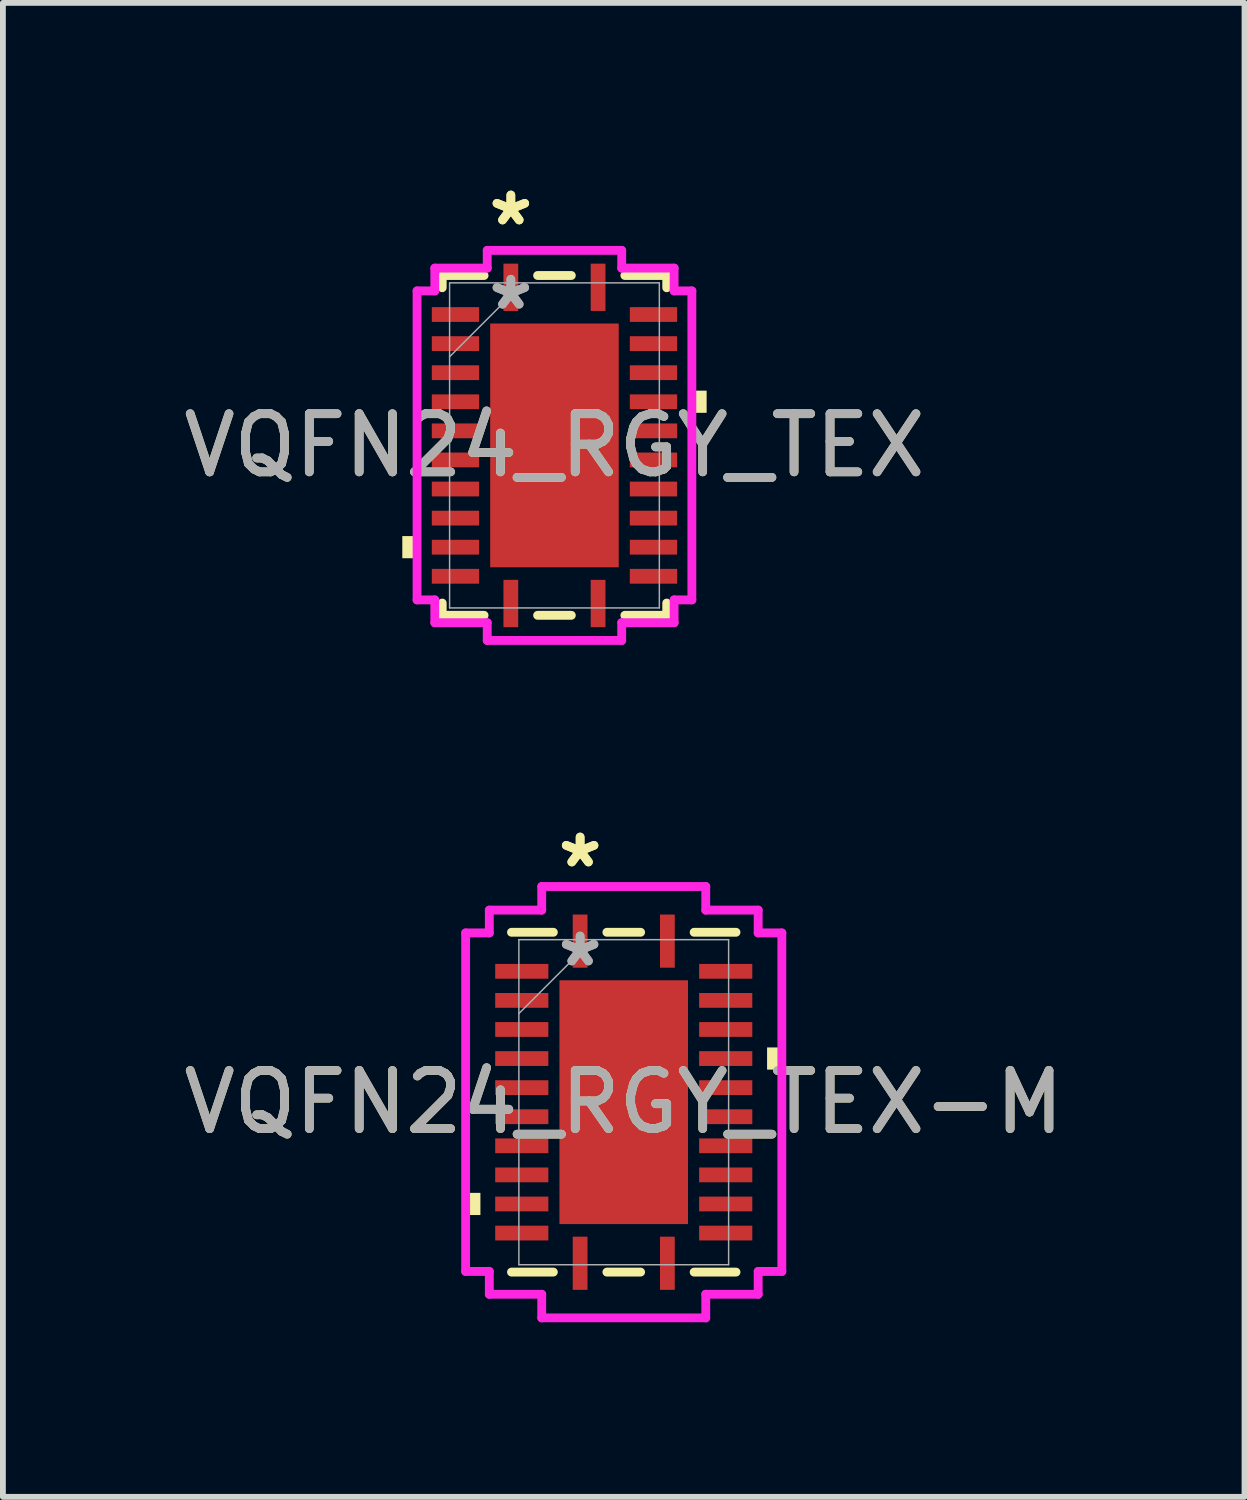
<source format=kicad_pcb>
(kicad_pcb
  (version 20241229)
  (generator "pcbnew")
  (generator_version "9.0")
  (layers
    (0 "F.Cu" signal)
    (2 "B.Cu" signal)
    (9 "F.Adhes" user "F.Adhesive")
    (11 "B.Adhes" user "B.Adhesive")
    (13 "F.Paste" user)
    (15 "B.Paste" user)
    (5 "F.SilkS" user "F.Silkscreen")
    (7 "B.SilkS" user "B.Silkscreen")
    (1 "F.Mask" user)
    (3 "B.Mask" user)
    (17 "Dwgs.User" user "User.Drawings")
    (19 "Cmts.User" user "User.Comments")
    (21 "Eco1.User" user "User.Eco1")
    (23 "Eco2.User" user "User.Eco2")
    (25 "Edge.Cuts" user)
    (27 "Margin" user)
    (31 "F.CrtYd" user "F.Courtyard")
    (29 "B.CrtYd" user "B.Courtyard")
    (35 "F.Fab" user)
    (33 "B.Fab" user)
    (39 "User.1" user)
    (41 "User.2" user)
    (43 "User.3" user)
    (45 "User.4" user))
  (footprint "VQFN24_RGY_TEX"
    (layer "F.Cu")
    (at 6.482 4.607)
    (property "Reference" "VQFN24_RGY_TEX" (at 0 0 0) (unlocked yes) (layer "F.SilkS") (effects (font (size 1 1) (thickness 0.15))))
    (attr smd)
    (fp_line (start -1.93 -2.921) (end -1.93 -2.71) (stroke (width 0.152) (type solid)) (layer "F.SilkS"))
    (fp_line (start -1.93 2.71) (end -1.93 2.921) (stroke (width 0.152) (type solid)) (layer "F.SilkS"))
    (fp_line (start -1.93 2.921) (end -1.21 2.921) (stroke (width 0.152) (type solid)) (layer "F.SilkS"))
    (fp_line (start -1.21 -2.921) (end -1.93 -2.921) (stroke (width 0.152) (type solid)) (layer "F.SilkS"))
    (fp_line (start -0.29 2.921) (end 0.29 2.921) (stroke (width 0.152) (type solid)) (layer "F.SilkS"))
    (fp_line (start 0.29 -2.921) (end -0.29 -2.921) (stroke (width 0.152) (type solid)) (layer "F.SilkS"))
    (fp_line (start 1.21 2.921) (end 1.93 2.921) (stroke (width 0.152) (type solid)) (layer "F.SilkS"))
    (fp_line (start 1.93 -2.921) (end 1.21 -2.921) (stroke (width 0.152) (type solid)) (layer "F.SilkS"))
    (fp_line (start 1.93 -2.71) (end 1.93 -2.921) (stroke (width 0.152) (type solid)) (layer "F.SilkS"))
    (fp_line (start 1.93 2.921) (end 1.93 2.71) (stroke (width 0.152) (type solid)) (layer "F.SilkS"))
    (fp_poly (pts (xy -2.616 1.559) (xy -2.616 1.94) (xy -2.362 1.94) (xy -2.362 1.559)) (stroke (width 0) (type solid)) (fill yes) (layer "F.SilkS"))
    (fp_poly (pts (xy 2.616 -0.941) (xy 2.616 -0.56) (xy 2.362 -0.56) (xy 2.362 -0.941)) (stroke (width 0) (type solid)) (fill yes) (layer "F.SilkS"))
    (fp_poly (pts (xy -1.005 -1.996) (xy -1.005 -0.798) (xy 1.005 -0.798) (xy 1.005 -1.996)) (stroke (width 0) (type solid)) (fill yes) (layer "F.Paste"))
    (fp_poly (pts (xy -1.005 -0.599) (xy -1.005 0.599) (xy 1.005 0.599) (xy 1.005 -0.599)) (stroke (width 0) (type solid)) (fill yes) (layer "F.Paste"))
    (fp_poly (pts (xy -1.005 0.798) (xy -1.005 1.996) (xy 1.005 1.996) (xy 1.005 0.798)) (stroke (width 0) (type solid)) (fill yes) (layer "F.Paste"))
    (fp_line (start -2.362 -2.656) (end -2.057 -2.656) (stroke (width 0.152) (type solid)) (layer "F.CrtYd"))
    (fp_line (start -2.362 2.656) (end -2.362 -2.656) (stroke (width 0.152) (type solid)) (layer "F.CrtYd"))
    (fp_line (start -2.057 -3.048) (end -1.156 -3.048) (stroke (width 0.152) (type solid)) (layer "F.CrtYd"))
    (fp_line (start -2.057 -2.656) (end -2.057 -3.048) (stroke (width 0.152) (type solid)) (layer "F.CrtYd"))
    (fp_line (start -2.057 2.656) (end -2.362 2.656) (stroke (width 0.152) (type solid)) (layer "F.CrtYd"))
    (fp_line (start -2.057 3.048) (end -2.057 2.656) (stroke (width 0.152) (type solid)) (layer "F.CrtYd"))
    (fp_line (start -2.057 3.048) (end -1.156 3.048) (stroke (width 0.152) (type solid)) (layer "F.CrtYd"))
    (fp_line (start -1.156 -3.353) (end 1.156 -3.353) (stroke (width 0.152) (type solid)) (layer "F.CrtYd"))
    (fp_line (start -1.156 -3.048) (end -1.156 -3.353) (stroke (width 0.152) (type solid)) (layer "F.CrtYd"))
    (fp_line (start -1.156 3.048) (end -1.156 3.353) (stroke (width 0.152) (type solid)) (layer "F.CrtYd"))
    (fp_line (start -1.156 3.353) (end 1.156 3.353) (stroke (width 0.152) (type solid)) (layer "F.CrtYd"))
    (fp_line (start 1.156 -3.353) (end 1.156 -3.048) (stroke (width 0.152) (type solid)) (layer "F.CrtYd"))
    (fp_line (start 1.156 -3.048) (end 2.057 -3.048) (stroke (width 0.152) (type solid)) (layer "F.CrtYd"))
    (fp_line (start 1.156 3.048) (end 2.057 3.048) (stroke (width 0.152) (type solid)) (layer "F.CrtYd"))
    (fp_line (start 1.156 3.353) (end 1.156 3.048) (stroke (width 0.152) (type solid)) (layer "F.CrtYd"))
    (fp_line (start 2.057 -2.656) (end 2.057 -3.048) (stroke (width 0.152) (type solid)) (layer "F.CrtYd"))
    (fp_line (start 2.057 2.656) (end 2.362 2.656) (stroke (width 0.152) (type solid)) (layer "F.CrtYd"))
    (fp_line (start 2.057 3.048) (end 2.057 2.656) (stroke (width 0.152) (type solid)) (layer "F.CrtYd"))
    (fp_line (start 2.362 -2.656) (end 2.057 -2.656) (stroke (width 0.152) (type solid)) (layer "F.CrtYd"))
    (fp_line (start 2.362 2.656) (end 2.362 -2.656) (stroke (width 0.152) (type solid)) (layer "F.CrtYd"))
    (fp_line (start -1.803 -2.794) (end -1.803 2.794) (stroke (width 0.025) (type solid)) (layer "F.Fab"))
    (fp_line (start -1.803 -1.524) (end -0.533 -2.794) (stroke (width 0.025) (type solid)) (layer "F.Fab"))
    (fp_line (start -1.803 2.794) (end 1.803 2.794) (stroke (width 0.025) (type solid)) (layer "F.Fab"))
    (fp_line (start 1.803 -2.794) (end -1.803 -2.794) (stroke (width 0.025) (type solid)) (layer "F.Fab"))
    (fp_line (start 1.803 2.794) (end 1.803 -2.794) (stroke (width 0.025) (type solid)) (layer "F.Fab"))
    (fp_text user "*" (at -0.75 -3.759 0) (layer "F.SilkS") (effects (font (size 1 1) (thickness 0.15))))
    (fp_text user "*" (at -0.75 -3.759 0) (unlocked yes) (layer "F.SilkS") (effects (font (size 1 1) (thickness 0.15))))
    (fp_text user "${REFERENCE}" (at 0 0 0) (unlocked yes) (layer "F.Fab") (effects (font (size 1 1) (thickness 0.15))))
    (fp_text user "*" (at -0.75 -2.311 0) (layer "F.Fab") (effects (font (size 1 1) (thickness 0.15))))
    (fp_text user "*" (at -0.75 -2.311 0) (unlocked yes) (layer "F.Fab") (effects (font (size 1 1) (thickness 0.15))))
    (pad "1" smd rect (at -0.75 -2.718) (size 0.254 0.813) (layers "F.Cu" "F.Mask" "F.Paste"))
    (pad "2" smd rect (at -1.702 -2.25 90) (size 0.254 0.813) (layers "F.Cu" "F.Mask" "F.Paste"))
    (pad "3" smd rect (at -1.702 -1.75 90) (size 0.254 0.813) (layers "F.Cu" "F.Mask" "F.Paste"))
    (pad "4" smd rect (at -1.702 -1.25 90) (size 0.254 0.813) (layers "F.Cu" "F.Mask" "F.Paste"))
    (pad "5" smd rect (at -1.702 -0.75 90) (size 0.254 0.813) (layers "F.Cu" "F.Mask" "F.Paste"))
    (pad "6" smd rect (at -1.702 -0.25 90) (size 0.254 0.813) (layers "F.Cu" "F.Mask" "F.Paste"))
    (pad "7" smd rect (at -1.702 0.25 90) (size 0.254 0.813) (layers "F.Cu" "F.Mask" "F.Paste"))
    (pad "8" smd rect (at -1.702 0.75 90) (size 0.254 0.813) (layers "F.Cu" "F.Mask" "F.Paste"))
    (pad "9" smd rect (at -1.702 1.25 90) (size 0.254 0.813) (layers "F.Cu" "F.Mask" "F.Paste"))
    (pad "10" smd rect (at -1.702 1.75 90) (size 0.254 0.813) (layers "F.Cu" "F.Mask" "F.Paste"))
    (pad "11" smd rect (at -1.702 2.25 90) (size 0.254 0.813) (layers "F.Cu" "F.Mask" "F.Paste"))
    (pad "12" smd rect (at -0.75 2.718) (size 0.254 0.813) (layers "F.Cu" "F.Mask" "F.Paste"))
    (pad "13" smd rect (at 0.75 2.718) (size 0.254 0.813) (layers "F.Cu" "F.Mask" "F.Paste"))
    (pad "14" smd rect (at 1.702 2.25 90) (size 0.254 0.813) (layers "F.Cu" "F.Mask" "F.Paste"))
    (pad "15" smd rect (at 1.702 1.75 90) (size 0.254 0.813) (layers "F.Cu" "F.Mask" "F.Paste"))
    (pad "16" smd rect (at 1.702 1.25 90) (size 0.254 0.813) (layers "F.Cu" "F.Mask" "F.Paste"))
    (pad "17" smd rect (at 1.702 0.75 90) (size 0.254 0.813) (layers "F.Cu" "F.Mask" "F.Paste"))
    (pad "18" smd rect (at 1.702 0.25 90) (size 0.254 0.813) (layers "F.Cu" "F.Mask" "F.Paste"))
    (pad "19" smd rect (at 1.702 -0.25 90) (size 0.254 0.813) (layers "F.Cu" "F.Mask" "F.Paste"))
    (pad "20" smd rect (at 1.702 -0.75 90) (size 0.254 0.813) (layers "F.Cu" "F.Mask" "F.Paste"))
    (pad "21" smd rect (at 1.702 -1.25 90) (size 0.254 0.813) (layers "F.Cu" "F.Mask" "F.Paste"))
    (pad "22" smd rect (at 1.702 -1.75 90) (size 0.254 0.813) (layers "F.Cu" "F.Mask" "F.Paste"))
    (pad "23" smd rect (at 1.702 -2.25 90) (size 0.254 0.813) (layers "F.Cu" "F.Mask" "F.Paste"))
    (pad "24" smd rect (at 0.75 -2.718) (size 0.254 0.813) (layers "F.Cu" "F.Mask" "F.Paste"))
    (pad "25" smd rect (at 0 0) (size 2.21 4.191) (layers "F.Cu" "F.Mask" "F.Paste")))
  (footprint "VQFN24_RGY_TEX-M"
    (layer "F.Cu")
    (at 7.673 15.898)
    (property "Reference" "VQFN24_RGY_TEX-M" (at 0 0 0) (unlocked yes) (layer "F.SilkS") (effects (font (size 1 1) (thickness 0.15))))
    (attr smd)
    (fp_line (start -1.93 2.921) (end -1.21 2.921) (stroke (width 0.152) (type solid)) (layer "F.SilkS"))
    (fp_line (start -1.21 -2.921) (end -1.93 -2.921) (stroke (width 0.152) (type solid)) (layer "F.SilkS"))
    (fp_line (start -0.29 2.921) (end 0.29 2.921) (stroke (width 0.152) (type solid)) (layer "F.SilkS"))
    (fp_line (start 0.29 -2.921) (end -0.29 -2.921) (stroke (width 0.152) (type solid)) (layer "F.SilkS"))
    (fp_line (start 1.21 2.921) (end 1.93 2.921) (stroke (width 0.152) (type solid)) (layer "F.SilkS"))
    (fp_line (start 1.93 -2.921) (end 1.21 -2.921) (stroke (width 0.152) (type solid)) (layer "F.SilkS"))
    (fp_poly (pts (xy -2.718 1.559) (xy -2.718 1.94) (xy -2.464 1.94) (xy -2.464 1.559)) (stroke (width 0) (type solid)) (fill yes) (layer "F.SilkS"))
    (fp_poly (pts (xy 2.718 -0.941) (xy 2.718 -0.56) (xy 2.464 -0.56) (xy 2.464 -0.941)) (stroke (width 0) (type solid)) (fill yes) (layer "F.SilkS"))
    (fp_poly (pts (xy -1.005 -1.996) (xy -1.005 -0.798) (xy 1.005 -0.798) (xy 1.005 -1.996)) (stroke (width 0) (type solid)) (fill yes) (layer "F.Paste"))
    (fp_poly (pts (xy -1.005 -0.599) (xy -1.005 0.599) (xy 1.005 0.599) (xy 1.005 -0.599)) (stroke (width 0) (type solid)) (fill yes) (layer "F.Paste"))
    (fp_poly (pts (xy -1.005 0.798) (xy -1.005 1.996) (xy 1.005 1.996) (xy 1.005 0.798)) (stroke (width 0) (type solid)) (fill yes) (layer "F.Paste"))
    (fp_line (start -2.718 -2.91) (end -2.311 -2.91) (stroke (width 0.152) (type solid)) (layer "F.CrtYd"))
    (fp_line (start -2.718 2.91) (end -2.718 -2.91) (stroke (width 0.152) (type solid)) (layer "F.CrtYd"))
    (fp_line (start -2.311 -3.302) (end -1.41 -3.302) (stroke (width 0.152) (type solid)) (layer "F.CrtYd"))
    (fp_line (start -2.311 -2.91) (end -2.311 -3.302) (stroke (width 0.152) (type solid)) (layer "F.CrtYd"))
    (fp_line (start -2.311 2.91) (end -2.718 2.91) (stroke (width 0.152) (type solid)) (layer "F.CrtYd"))
    (fp_line (start -2.311 3.302) (end -2.311 2.91) (stroke (width 0.152) (type solid)) (layer "F.CrtYd"))
    (fp_line (start -2.311 3.302) (end -1.41 3.302) (stroke (width 0.152) (type solid)) (layer "F.CrtYd"))
    (fp_line (start -1.41 -3.708) (end 1.41 -3.708) (stroke (width 0.152) (type solid)) (layer "F.CrtYd"))
    (fp_line (start -1.41 -3.302) (end -1.41 -3.708) (stroke (width 0.152) (type solid)) (layer "F.CrtYd"))
    (fp_line (start -1.41 3.302) (end -1.41 3.708) (stroke (width 0.152) (type solid)) (layer "F.CrtYd"))
    (fp_line (start -1.41 3.708) (end 1.41 3.708) (stroke (width 0.152) (type solid)) (layer "F.CrtYd"))
    (fp_line (start 1.41 -3.708) (end 1.41 -3.302) (stroke (width 0.152) (type solid)) (layer "F.CrtYd"))
    (fp_line (start 1.41 -3.302) (end 2.311 -3.302) (stroke (width 0.152) (type solid)) (layer "F.CrtYd"))
    (fp_line (start 1.41 3.302) (end 2.311 3.302) (stroke (width 0.152) (type solid)) (layer "F.CrtYd"))
    (fp_line (start 1.41 3.708) (end 1.41 3.302) (stroke (width 0.152) (type solid)) (layer "F.CrtYd"))
    (fp_line (start 2.311 -2.91) (end 2.311 -3.302) (stroke (width 0.152) (type solid)) (layer "F.CrtYd"))
    (fp_line (start 2.311 2.91) (end 2.718 2.91) (stroke (width 0.152) (type solid)) (layer "F.CrtYd"))
    (fp_line (start 2.311 3.302) (end 2.311 2.91) (stroke (width 0.152) (type solid)) (layer "F.CrtYd"))
    (fp_line (start 2.718 -2.91) (end 2.311 -2.91) (stroke (width 0.152) (type solid)) (layer "F.CrtYd"))
    (fp_line (start 2.718 2.91) (end 2.718 -2.91) (stroke (width 0.152) (type solid)) (layer "F.CrtYd"))
    (fp_line (start -1.803 -2.794) (end -1.803 2.794) (stroke (width 0.025) (type solid)) (layer "F.Fab"))
    (fp_line (start -1.803 -1.524) (end -0.533 -2.794) (stroke (width 0.025) (type solid)) (layer "F.Fab"))
    (fp_line (start -1.803 2.794) (end 1.803 2.794) (stroke (width 0.025) (type solid)) (layer "F.Fab"))
    (fp_line (start 1.803 -2.794) (end -1.803 -2.794) (stroke (width 0.025) (type solid)) (layer "F.Fab"))
    (fp_line (start 1.803 2.794) (end 1.803 -2.794) (stroke (width 0.025) (type solid)) (layer "F.Fab"))
    (fp_text user "*" (at -0.75 -4.013 0) (unlocked yes) (layer "F.SilkS") (effects (font (size 1 1) (thickness 0.15))))
    (fp_text user "*" (at -0.75 -4.013 0) (layer "F.SilkS") (effects (font (size 1 1) (thickness 0.15))))
    (fp_text user "*" (at -0.75 -2.311 0) (layer "F.Fab") (effects (font (size 1 1) (thickness 0.15))))
    (fp_text user "*" (at -0.75 -2.311 0) (unlocked yes) (layer "F.Fab") (effects (font (size 1 1) (thickness 0.15))))
    (fp_text user "${REFERENCE}" (at 0 0 0) (unlocked yes) (layer "F.Fab") (effects (font (size 1 1) (thickness 0.15))))
    (pad "1" smd rect (at -0.75 -2.769) (size 0.254 0.914) (layers "F.Cu" "F.Mask" "F.Paste"))
    (pad "2" smd rect (at -1.753 -2.25 90) (size 0.254 0.914) (layers "F.Cu" "F.Mask" "F.Paste"))
    (pad "3" smd rect (at -1.753 -1.75 90) (size 0.254 0.914) (layers "F.Cu" "F.Mask" "F.Paste"))
    (pad "4" smd rect (at -1.753 -1.25 90) (size 0.254 0.914) (layers "F.Cu" "F.Mask" "F.Paste"))
    (pad "5" smd rect (at -1.753 -0.75 90) (size 0.254 0.914) (layers "F.Cu" "F.Mask" "F.Paste"))
    (pad "6" smd rect (at -1.753 -0.25 90) (size 0.254 0.914) (layers "F.Cu" "F.Mask" "F.Paste"))
    (pad "7" smd rect (at -1.753 0.25 90) (size 0.254 0.914) (layers "F.Cu" "F.Mask" "F.Paste"))
    (pad "8" smd rect (at -1.753 0.75 90) (size 0.254 0.914) (layers "F.Cu" "F.Mask" "F.Paste"))
    (pad "9" smd rect (at -1.753 1.25 90) (size 0.254 0.914) (layers "F.Cu" "F.Mask" "F.Paste"))
    (pad "10" smd rect (at -1.753 1.75 90) (size 0.254 0.914) (layers "F.Cu" "F.Mask" "F.Paste"))
    (pad "11" smd rect (at -1.753 2.25 90) (size 0.254 0.914) (layers "F.Cu" "F.Mask" "F.Paste"))
    (pad "12" smd rect (at -0.75 2.769) (size 0.254 0.914) (layers "F.Cu" "F.Mask" "F.Paste"))
    (pad "13" smd rect (at 0.75 2.769) (size 0.254 0.914) (layers "F.Cu" "F.Mask" "F.Paste"))
    (pad "14" smd rect (at 1.753 2.25 90) (size 0.254 0.914) (layers "F.Cu" "F.Mask" "F.Paste"))
    (pad "15" smd rect (at 1.753 1.75 90) (size 0.254 0.914) (layers "F.Cu" "F.Mask" "F.Paste"))
    (pad "16" smd rect (at 1.753 1.25 90) (size 0.254 0.914) (layers "F.Cu" "F.Mask" "F.Paste"))
    (pad "17" smd rect (at 1.753 0.75 90) (size 0.254 0.914) (layers "F.Cu" "F.Mask" "F.Paste"))
    (pad "18" smd rect (at 1.753 0.25 90) (size 0.254 0.914) (layers "F.Cu" "F.Mask" "F.Paste"))
    (pad "19" smd rect (at 1.753 -0.25 90) (size 0.254 0.914) (layers "F.Cu" "F.Mask" "F.Paste"))
    (pad "20" smd rect (at 1.753 -0.75 90) (size 0.254 0.914) (layers "F.Cu" "F.Mask" "F.Paste"))
    (pad "21" smd rect (at 1.753 -1.25 90) (size 0.254 0.914) (layers "F.Cu" "F.Mask" "F.Paste"))
    (pad "22" smd rect (at 1.753 -1.75 90) (size 0.254 0.914) (layers "F.Cu" "F.Mask" "F.Paste"))
    (pad "23" smd rect (at 1.753 -2.25 90) (size 0.254 0.914) (layers "F.Cu" "F.Mask" "F.Paste"))
    (pad "24" smd rect (at 0.75 -2.769) (size 0.254 0.914) (layers "F.Cu" "F.Mask" "F.Paste"))
    (pad "25" smd rect (at 0 0) (size 2.21 4.191) (layers "F.Cu" "F.Mask" "F.Paste")))
  (gr_rect
    (start -3 -3)
    (end 18.345 22.683)
    (stroke (width 0.1) (type default))
    (fill no)
    (layer "Edge.Cuts")))
</source>
